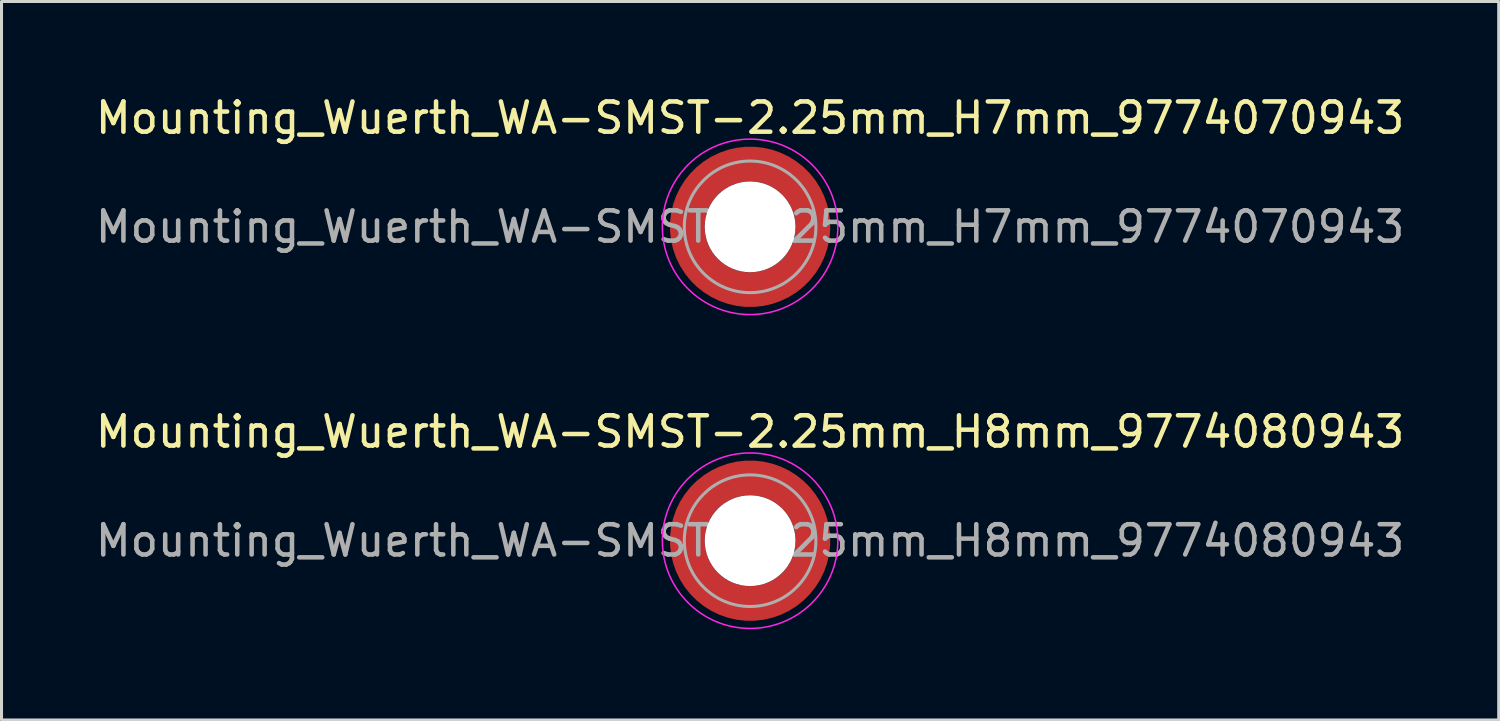
<source format=kicad_pcb>
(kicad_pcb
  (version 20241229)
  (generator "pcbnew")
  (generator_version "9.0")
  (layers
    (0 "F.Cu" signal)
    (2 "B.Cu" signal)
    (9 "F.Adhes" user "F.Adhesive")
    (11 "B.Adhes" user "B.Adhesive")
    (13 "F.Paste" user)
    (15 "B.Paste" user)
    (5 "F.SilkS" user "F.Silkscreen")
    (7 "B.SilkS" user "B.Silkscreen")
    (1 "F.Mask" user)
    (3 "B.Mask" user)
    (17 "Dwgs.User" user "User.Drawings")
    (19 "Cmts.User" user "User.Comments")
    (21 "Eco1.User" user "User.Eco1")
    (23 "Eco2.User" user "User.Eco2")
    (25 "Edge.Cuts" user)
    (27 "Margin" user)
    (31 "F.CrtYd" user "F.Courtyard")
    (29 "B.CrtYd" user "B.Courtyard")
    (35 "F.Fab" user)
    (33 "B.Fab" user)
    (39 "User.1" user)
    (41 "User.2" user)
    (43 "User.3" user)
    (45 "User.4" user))
  (footprint "Mounting_Wuerth_WA-SMST-2.25mm_H7mm_9774070943"
    (layer "F.Cu")
    (at 21.744 4.448)
    (property "Reference" "Mounting_Wuerth_WA-SMST-2.25mm_H7mm_9774070943" (at 0 -3.6 0) (layer "F.SilkS") (effects (font (size 1 1) (thickness 0.15))))
    (attr smd)
    (fp_circle (center 0 0) (end 2.9 0) (stroke (width 0.05) (type solid)) (fill no) (layer "F.CrtYd"))
    (fp_circle (center 0 0) (end 2.175 0) (stroke (width 0.1) (type solid)) (fill no) (layer "F.Fab"))
    (fp_text user "${REFERENCE}" (at 0 0 0) (layer "F.Fab") (effects (font (size 1 1) (thickness 0.15))))
    (pad "" smd custom (at -1.453 -1.453) (size 0.61 0.61) (layers "F.Paste") (options (anchor circle)) (primitives (gr_arc (start -0.147677 1.053104) (mid 0.285964 0.286792) (end 1.051968 -0.147393) (width 0.2)) (gr_arc (start -0.240295 1.053104) (mid 0.22253 0.222946) (end 1.052531 -0.24016) (width 0.2)) (gr_arc (start -0.332645 1.053104) (mid 0.158548 0.15965) (end 1.051583 -0.332304) (width 0.2)) (gr_arc (start -0.424767 1.053104) (mid 0.09486 0.096059) (end 1.051446 -0.424413) (width 0.2)) (gr_arc (start -0.516693 1.053104) (mid 0.031293 0.032346) (end 1.051645 -0.516396) (width 0.2)) (gr_arc (start -0.608448 1.053104) (mid -0.032323 -0.031316) (end 1.051707 -0.608176) (width 0.2)) (gr_arc (start -0.700056 1.053104) (mid -0.09616 -0.094758) (end 1.051155 -0.699693) (width 0.2)) (gr_arc (start -0.791534 1.053104) (mid -0.160388 -0.15781) (end 1.049515 -0.790891) (width 0.2)) (gr_arc (start -0.882896 1.053104) (mid -0.223713 -0.221764) (end 1.050388 -0.882429) (width 0.2)) (gr_arc (start -0.974157 1.053104) (mid -0.287654 -0.285101) (end 1.049541 -0.973567) (width 0.2)) (gr_line (start 1.053 -0.148) (end 1.053 -0.974) (width 0.2)) (gr_line (start -0.148 1.053) (end -0.974 1.053) (width 0.2))))
    (pad "" smd custom (at -1.453 1.453) (size 0.61 0.61) (layers "F.Paste") (options (anchor circle)) (primitives (gr_arc (start 1.053104 0.147677) (mid 0.286792 -0.285964) (end -0.147393 -1.051968) (width 0.2)) (gr_arc (start 1.053104 0.240295) (mid 0.222946 -0.22253) (end -0.24016 -1.052531) (width 0.2)) (gr_arc (start 1.053104 0.332645) (mid 0.15965 -0.158548) (end -0.332304 -1.051583) (width 0.2)) (gr_arc (start 1.053104 0.424767) (mid 0.096059 -0.09486) (end -0.424413 -1.051446) (width 0.2)) (gr_arc (start 1.053104 0.516693) (mid 0.032346 -0.031293) (end -0.516396 -1.051645) (width 0.2)) (gr_arc (start 1.053104 0.608448) (mid -0.031316 0.032323) (end -0.608176 -1.051707) (width 0.2)) (gr_arc (start 1.053104 0.700056) (mid -0.094758 0.09616) (end -0.699693 -1.051155) (width 0.2)) (gr_arc (start 1.053104 0.791534) (mid -0.15781 0.160388) (end -0.790891 -1.049515) (width 0.2)) (gr_arc (start 1.053104 0.882896) (mid -0.221764 0.223713) (end -0.882429 -1.050388) (width 0.2)) (gr_arc (start 1.053104 0.974157) (mid -0.285101 0.287654) (end -0.973567 -1.049541) (width 0.2)) (gr_line (start -0.148 -1.053) (end -0.974 -1.053) (width 0.2)) (gr_line (start 1.053 0.148) (end 1.053 0.974) (width 0.2))))
    (pad "" np_thru_hole circle (at 0 0) (size 3 3) (drill 3) (layers "*.Cu" "*.Mask"))
    (pad "" smd custom (at 1.453 -1.453) (size 0.61 0.61) (layers "F.Paste") (options (anchor circle)) (primitives (gr_arc (start -1.053104 -0.147677) (mid -0.286792 0.285964) (end 0.147393 1.051968) (width 0.2)) (gr_arc (start -1.053104 -0.240295) (mid -0.222946 0.22253) (end 0.24016 1.052531) (width 0.2)) (gr_arc (start -1.053104 -0.332645) (mid -0.15965 0.158548) (end 0.332304 1.051583) (width 0.2)) (gr_arc (start -1.053104 -0.424767) (mid -0.096059 0.09486) (end 0.424413 1.051446) (width 0.2)) (gr_arc (start -1.053104 -0.516693) (mid -0.032346 0.031293) (end 0.516396 1.051645) (width 0.2)) (gr_arc (start -1.053104 -0.608448) (mid 0.031316 -0.032323) (end 0.608176 1.051707) (width 0.2)) (gr_arc (start -1.053104 -0.700056) (mid 0.094758 -0.09616) (end 0.699693 1.051155) (width 0.2)) (gr_arc (start -1.053104 -0.791534) (mid 0.15781 -0.160388) (end 0.790891 1.049515) (width 0.2)) (gr_arc (start -1.053104 -0.882896) (mid 0.221764 -0.223713) (end 0.882429 1.050388) (width 0.2)) (gr_arc (start -1.053104 -0.974157) (mid 0.285101 -0.287654) (end 0.973567 1.049541) (width 0.2)) (gr_line (start 0.148 1.053) (end 0.974 1.053) (width 0.2)) (gr_line (start -1.053 -0.148) (end -1.053 -0.974) (width 0.2))))
    (pad "" smd custom (at 1.453 1.453) (size 0.61 0.61) (layers "F.Paste") (options (anchor circle)) (primitives (gr_arc (start 0.147677 -1.053104) (mid -0.285964 -0.286792) (end -1.051968 0.147393) (width 0.2)) (gr_arc (start 0.240295 -1.053104) (mid -0.22253 -0.222946) (end -1.052531 0.24016) (width 0.2)) (gr_arc (start 0.332645 -1.053104) (mid -0.158548 -0.15965) (end -1.051583 0.332304) (width 0.2)) (gr_arc (start 0.424767 -1.053104) (mid -0.09486 -0.096059) (end -1.051446 0.424413) (width 0.2)) (gr_arc (start 0.516693 -1.053104) (mid -0.031293 -0.032346) (end -1.051645 0.516396) (width 0.2)) (gr_arc (start 0.608448 -1.053104) (mid 0.032323 0.031316) (end -1.051707 0.608176) (width 0.2)) (gr_arc (start 0.700056 -1.053104) (mid 0.09616 0.094758) (end -1.051155 0.699693) (width 0.2)) (gr_arc (start 0.791534 -1.053104) (mid 0.160388 0.15781) (end -1.049515 0.790891) (width 0.2)) (gr_arc (start 0.882896 -1.053104) (mid 0.223713 0.221764) (end -1.050388 0.882429) (width 0.2)) (gr_arc (start 0.974157 -1.053104) (mid 0.287654 0.285101) (end -1.049541 0.973567) (width 0.2)) (gr_line (start -1.053 0.148) (end -1.053 0.974) (width 0.2)) (gr_line (start 0.148 -1.053) (end 0.974 -1.053) (width 0.2))))
    (pad "1" smd circle (at -2.075 0) (size 0.75 0.75) (layers "F.Cu"))
    (pad "1" smd circle (at 0 -2.075) (size 0.75 0.75) (layers "F.Cu"))
    (pad "1" smd circle (at 0 2.075) (size 0.75 0.75) (layers "F.Cu"))
    (pad "1" smd custom (at 2.075 0) (size 0.75 0.75) (layers "F.Cu" "F.Mask") (options (anchor circle)) (primitives (gr_circle (center -2.075 0) (end 0 0) (width 1.15) (fill no)))))
  (footprint "Mounting_Wuerth_WA-SMST-2.25mm_H8mm_9774080943"
    (layer "F.Cu")
    (at 21.744 14.822)
    (property "Reference" "Mounting_Wuerth_WA-SMST-2.25mm_H8mm_9774080943" (at 0 -3.6 0) (layer "F.SilkS") (effects (font (size 1 1) (thickness 0.15))))
    (attr smd)
    (fp_circle (center 0 0) (end 2.9 0) (stroke (width 0.05) (type solid)) (fill no) (layer "F.CrtYd"))
    (fp_circle (center 0 0) (end 2.175 0) (stroke (width 0.1) (type solid)) (fill no) (layer "F.Fab"))
    (fp_text user "${REFERENCE}" (at 0 0 0) (layer "F.Fab") (effects (font (size 1 1) (thickness 0.15))))
    (pad "" smd custom (at -1.453 -1.453) (size 0.61 0.61) (layers "F.Paste") (options (anchor circle)) (primitives (gr_arc (start -0.147677 1.053104) (mid 0.285964 0.286792) (end 1.051968 -0.147393) (width 0.2)) (gr_arc (start -0.240295 1.053104) (mid 0.22253 0.222946) (end 1.052531 -0.24016) (width 0.2)) (gr_arc (start -0.332645 1.053104) (mid 0.158548 0.15965) (end 1.051583 -0.332304) (width 0.2)) (gr_arc (start -0.424767 1.053104) (mid 0.09486 0.096059) (end 1.051446 -0.424413) (width 0.2)) (gr_arc (start -0.516693 1.053104) (mid 0.031293 0.032346) (end 1.051645 -0.516396) (width 0.2)) (gr_arc (start -0.608448 1.053104) (mid -0.032323 -0.031316) (end 1.051707 -0.608176) (width 0.2)) (gr_arc (start -0.700056 1.053104) (mid -0.09616 -0.094758) (end 1.051155 -0.699693) (width 0.2)) (gr_arc (start -0.791534 1.053104) (mid -0.160388 -0.15781) (end 1.049515 -0.790891) (width 0.2)) (gr_arc (start -0.882896 1.053104) (mid -0.223713 -0.221764) (end 1.050388 -0.882429) (width 0.2)) (gr_arc (start -0.974157 1.053104) (mid -0.287654 -0.285101) (end 1.049541 -0.973567) (width 0.2)) (gr_line (start 1.053 -0.148) (end 1.053 -0.974) (width 0.2)) (gr_line (start -0.148 1.053) (end -0.974 1.053) (width 0.2))))
    (pad "" smd custom (at -1.453 1.453) (size 0.61 0.61) (layers "F.Paste") (options (anchor circle)) (primitives (gr_arc (start 1.053104 0.147677) (mid 0.286792 -0.285964) (end -0.147393 -1.051968) (width 0.2)) (gr_arc (start 1.053104 0.240295) (mid 0.222946 -0.22253) (end -0.24016 -1.052531) (width 0.2)) (gr_arc (start 1.053104 0.332645) (mid 0.15965 -0.158548) (end -0.332304 -1.051583) (width 0.2)) (gr_arc (start 1.053104 0.424767) (mid 0.096059 -0.09486) (end -0.424413 -1.051446) (width 0.2)) (gr_arc (start 1.053104 0.516693) (mid 0.032346 -0.031293) (end -0.516396 -1.051645) (width 0.2)) (gr_arc (start 1.053104 0.608448) (mid -0.031316 0.032323) (end -0.608176 -1.051707) (width 0.2)) (gr_arc (start 1.053104 0.700056) (mid -0.094758 0.09616) (end -0.699693 -1.051155) (width 0.2)) (gr_arc (start 1.053104 0.791534) (mid -0.15781 0.160388) (end -0.790891 -1.049515) (width 0.2)) (gr_arc (start 1.053104 0.882896) (mid -0.221764 0.223713) (end -0.882429 -1.050388) (width 0.2)) (gr_arc (start 1.053104 0.974157) (mid -0.285101 0.287654) (end -0.973567 -1.049541) (width 0.2)) (gr_line (start -0.148 -1.053) (end -0.974 -1.053) (width 0.2)) (gr_line (start 1.053 0.148) (end 1.053 0.974) (width 0.2))))
    (pad "" np_thru_hole circle (at 0 0) (size 3 3) (drill 3) (layers "*.Cu" "*.Mask"))
    (pad "" smd custom (at 1.453 -1.453) (size 0.61 0.61) (layers "F.Paste") (options (anchor circle)) (primitives (gr_arc (start -1.053104 -0.147677) (mid -0.286792 0.285964) (end 0.147393 1.051968) (width 0.2)) (gr_arc (start -1.053104 -0.240295) (mid -0.222946 0.22253) (end 0.24016 1.052531) (width 0.2)) (gr_arc (start -1.053104 -0.332645) (mid -0.15965 0.158548) (end 0.332304 1.051583) (width 0.2)) (gr_arc (start -1.053104 -0.424767) (mid -0.096059 0.09486) (end 0.424413 1.051446) (width 0.2)) (gr_arc (start -1.053104 -0.516693) (mid -0.032346 0.031293) (end 0.516396 1.051645) (width 0.2)) (gr_arc (start -1.053104 -0.608448) (mid 0.031316 -0.032323) (end 0.608176 1.051707) (width 0.2)) (gr_arc (start -1.053104 -0.700056) (mid 0.094758 -0.09616) (end 0.699693 1.051155) (width 0.2)) (gr_arc (start -1.053104 -0.791534) (mid 0.15781 -0.160388) (end 0.790891 1.049515) (width 0.2)) (gr_arc (start -1.053104 -0.882896) (mid 0.221764 -0.223713) (end 0.882429 1.050388) (width 0.2)) (gr_arc (start -1.053104 -0.974157) (mid 0.285101 -0.287654) (end 0.973567 1.049541) (width 0.2)) (gr_line (start 0.148 1.053) (end 0.974 1.053) (width 0.2)) (gr_line (start -1.053 -0.148) (end -1.053 -0.974) (width 0.2))))
    (pad "" smd custom (at 1.453 1.453) (size 0.61 0.61) (layers "F.Paste") (options (anchor circle)) (primitives (gr_arc (start 0.147677 -1.053104) (mid -0.285964 -0.286792) (end -1.051968 0.147393) (width 0.2)) (gr_arc (start 0.240295 -1.053104) (mid -0.22253 -0.222946) (end -1.052531 0.24016) (width 0.2)) (gr_arc (start 0.332645 -1.053104) (mid -0.158548 -0.15965) (end -1.051583 0.332304) (width 0.2)) (gr_arc (start 0.424767 -1.053104) (mid -0.09486 -0.096059) (end -1.051446 0.424413) (width 0.2)) (gr_arc (start 0.516693 -1.053104) (mid -0.031293 -0.032346) (end -1.051645 0.516396) (width 0.2)) (gr_arc (start 0.608448 -1.053104) (mid 0.032323 0.031316) (end -1.051707 0.608176) (width 0.2)) (gr_arc (start 0.700056 -1.053104) (mid 0.09616 0.094758) (end -1.051155 0.699693) (width 0.2)) (gr_arc (start 0.791534 -1.053104) (mid 0.160388 0.15781) (end -1.049515 0.790891) (width 0.2)) (gr_arc (start 0.882896 -1.053104) (mid 0.223713 0.221764) (end -1.050388 0.882429) (width 0.2)) (gr_arc (start 0.974157 -1.053104) (mid 0.287654 0.285101) (end -1.049541 0.973567) (width 0.2)) (gr_line (start -1.053 0.148) (end -1.053 0.974) (width 0.2)) (gr_line (start 0.148 -1.053) (end 0.974 -1.053) (width 0.2))))
    (pad "1" smd circle (at -2.075 0) (size 0.75 0.75) (layers "F.Cu"))
    (pad "1" smd circle (at 0 -2.075) (size 0.75 0.75) (layers "F.Cu"))
    (pad "1" smd circle (at 0 2.075) (size 0.75 0.75) (layers "F.Cu"))
    (pad "1" smd custom (at 2.075 0) (size 0.75 0.75) (layers "F.Cu" "F.Mask") (options (anchor circle)) (primitives (gr_circle (center -2.075 0) (end 0 0) (width 1.15) (fill no)))))
  (gr_rect
    (start -3 -3)
    (end 46.488 20.747)
    (stroke (width 0.1) (type default))
    (fill no)
    (layer "Edge.Cuts")))
</source>
